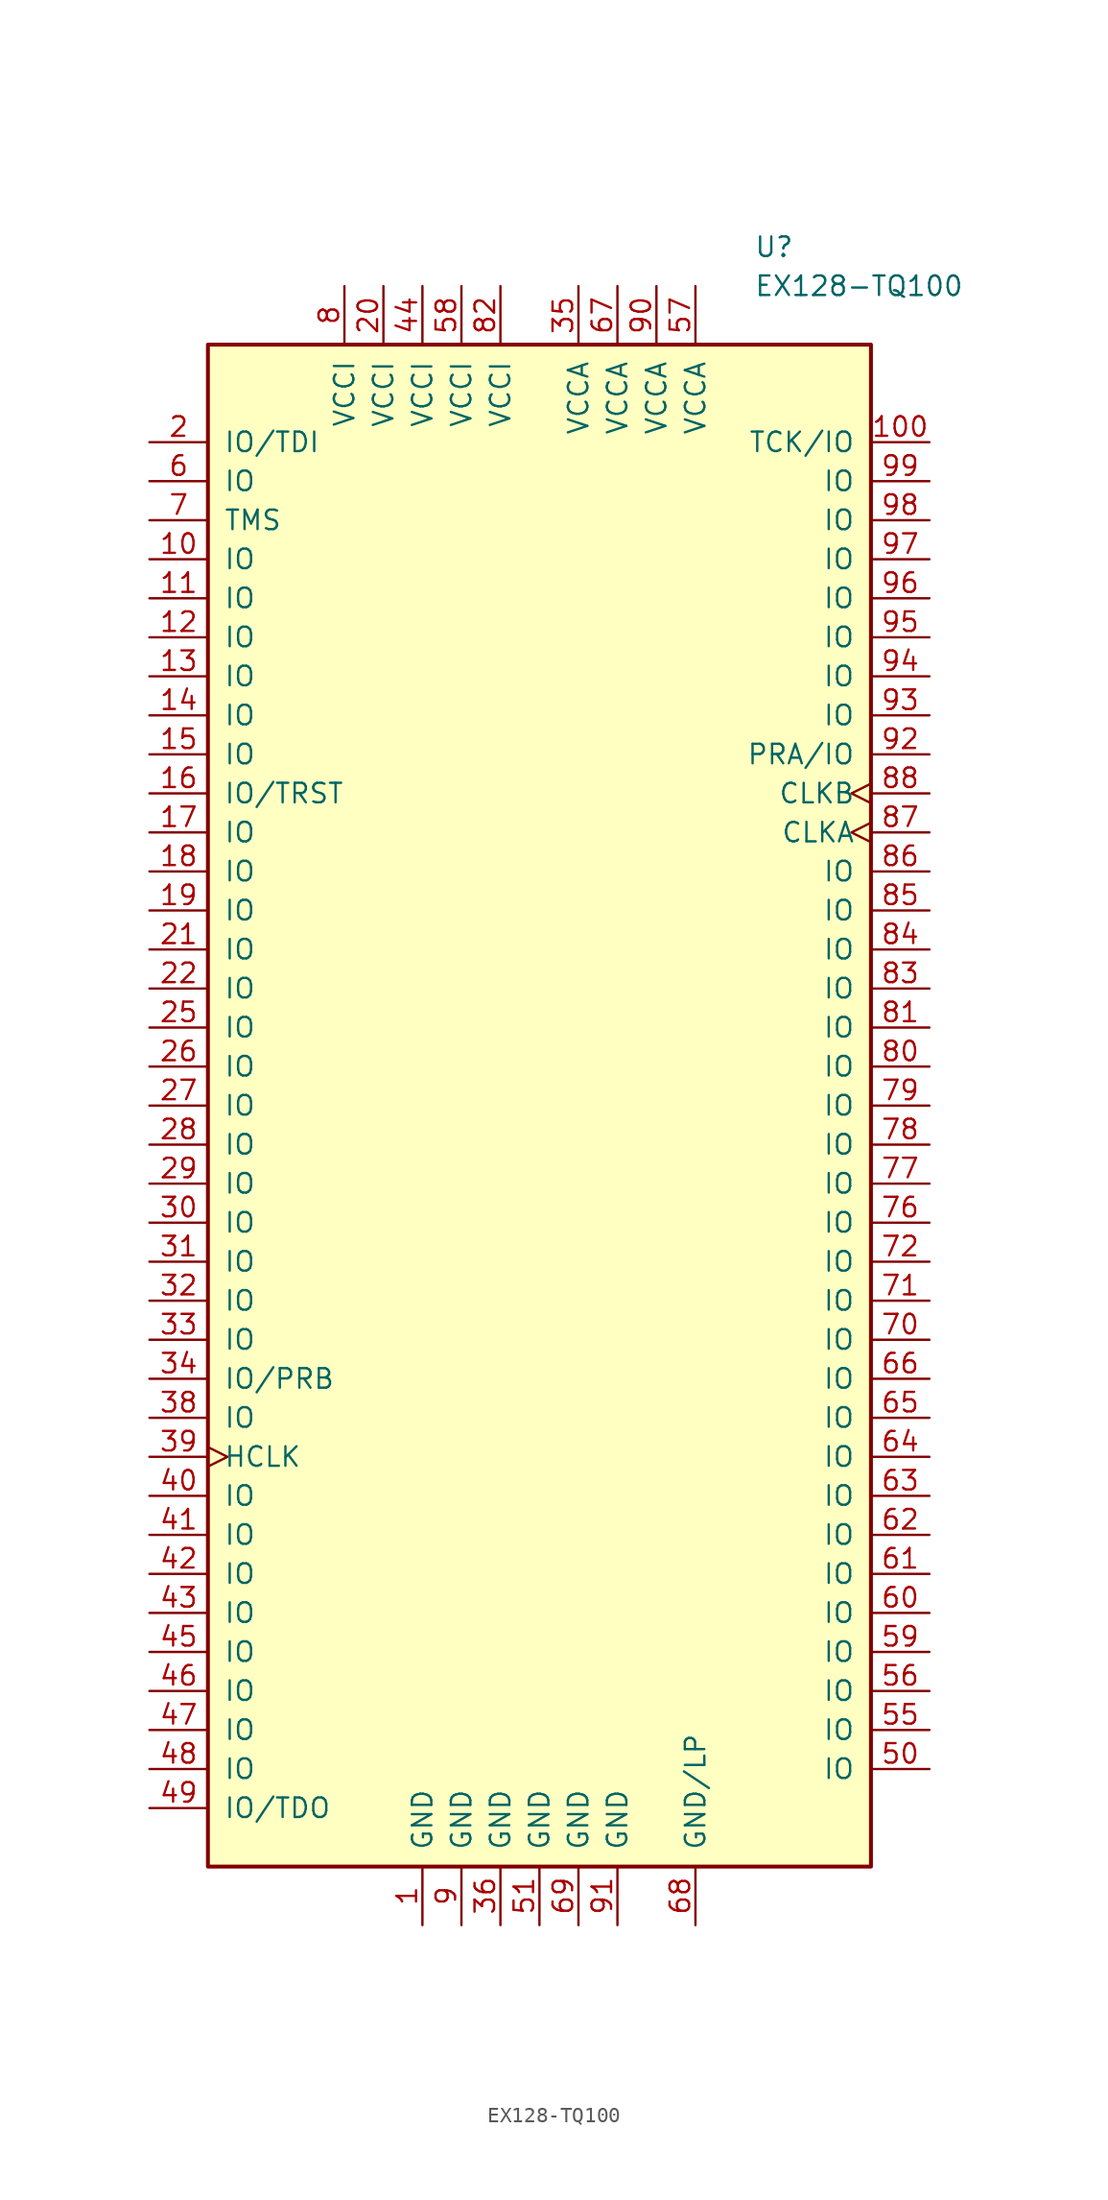
<source format=kicad_sym>
(kicad_symbol_lib
  (version 20241209)
  (generator "kicad_symbol_editor")
  (generator_version "9.0")
  (symbol "EX128-TQ100"
    (pin_names
      (offset 1.016))
    (property "Reference" "U"
      (at 13.97 55.88 0)
      (effects (font (size 1.27 1.27)) (justify left)))
    (property "Value" "EX128-TQ100"
      (at 13.97 53.34 0)
      (effects (font (size 1.27 1.27)) (justify left)))
    (symbol "EX128-TQ100_0_1"
      (rectangle (start -21.59 49.53) (end 21.59 -49.53) (stroke (width 0.254) (type default)) (fill (type background))))
    (symbol "EX128-TQ100_1_1"
      (pin bidirectional line (at -25.4 43.18 0) (length 3.81) (name "IO/TDI" (effects (font (size 1.27 1.27)))) (number "2" (effects (font (size 1.27 1.27)))))
      (pin bidirectional line (at -25.4 40.64 0) (length 3.81) (name "IO" (effects (font (size 1.27 1.27)))) (number "6" (effects (font (size 1.27 1.27)))))
      (pin input line (at -25.4 38.1 0) (length 3.81) (name "TMS" (effects (font (size 1.27 1.27)))) (number "7" (effects (font (size 1.27 1.27)))))
      (pin bidirectional line (at -25.4 35.56 0) (length 3.81) (name "IO" (effects (font (size 1.27 1.27)))) (number "10" (effects (font (size 1.27 1.27)))))
      (pin bidirectional line (at -25.4 33.02 0) (length 3.81) (name "IO" (effects (font (size 1.27 1.27)))) (number "11" (effects (font (size 1.27 1.27)))))
      (pin bidirectional line (at -25.4 30.48 0) (length 3.81) (name "IO" (effects (font (size 1.27 1.27)))) (number "12" (effects (font (size 1.27 1.27)))))
      (pin bidirectional line (at -25.4 27.94 0) (length 3.81) (name "IO" (effects (font (size 1.27 1.27)))) (number "13" (effects (font (size 1.27 1.27)))))
      (pin bidirectional line (at -25.4 25.4 0) (length 3.81) (name "IO" (effects (font (size 1.27 1.27)))) (number "14" (effects (font (size 1.27 1.27)))))
      (pin bidirectional line (at -25.4 22.86 0) (length 3.81) (name "IO" (effects (font (size 1.27 1.27)))) (number "15" (effects (font (size 1.27 1.27)))))
      (pin bidirectional line (at -25.4 20.32 0) (length 3.81) (name "IO/TRST" (effects (font (size 1.27 1.27)))) (number "16" (effects (font (size 1.27 1.27)))))
      (pin bidirectional line (at -25.4 17.78 0) (length 3.81) (name "IO" (effects (font (size 1.27 1.27)))) (number "17" (effects (font (size 1.27 1.27)))))
      (pin bidirectional line (at -25.4 15.24 0) (length 3.81) (name "IO" (effects (font (size 1.27 1.27)))) (number "18" (effects (font (size 1.27 1.27)))))
      (pin bidirectional line (at -25.4 12.7 0) (length 3.81) (name "IO" (effects (font (size 1.27 1.27)))) (number "19" (effects (font (size 1.27 1.27)))))
      (pin bidirectional line (at -25.4 10.16 0) (length 3.81) (name "IO" (effects (font (size 1.27 1.27)))) (number "21" (effects (font (size 1.27 1.27)))))
      (pin bidirectional line (at -25.4 7.62 0) (length 3.81) (name "IO" (effects (font (size 1.27 1.27)))) (number "22" (effects (font (size 1.27 1.27)))))
      (pin bidirectional line (at -25.4 5.08 0) (length 3.81) (name "IO" (effects (font (size 1.27 1.27)))) (number "25" (effects (font (size 1.27 1.27)))))
      (pin bidirectional line (at -25.4 2.54 0) (length 3.81) (name "IO" (effects (font (size 1.27 1.27)))) (number "26" (effects (font (size 1.27 1.27)))))
      (pin bidirectional line (at -25.4 0 0) (length 3.81) (name "IO" (effects (font (size 1.27 1.27)))) (number "27" (effects (font (size 1.27 1.27)))))
      (pin bidirectional line (at -25.4 -2.54 0) (length 3.81) (name "IO" (effects (font (size 1.27 1.27)))) (number "28" (effects (font (size 1.27 1.27)))))
      (pin bidirectional line (at -25.4 -5.08 0) (length 3.81) (name "IO" (effects (font (size 1.27 1.27)))) (number "29" (effects (font (size 1.27 1.27)))))
      (pin bidirectional line (at -25.4 -7.62 0) (length 3.81) (name "IO" (effects (font (size 1.27 1.27)))) (number "30" (effects (font (size 1.27 1.27)))))
      (pin bidirectional line (at -25.4 -10.16 0) (length 3.81) (name "IO" (effects (font (size 1.27 1.27)))) (number "31" (effects (font (size 1.27 1.27)))))
      (pin bidirectional line (at -25.4 -12.7 0) (length 3.81) (name "IO" (effects (font (size 1.27 1.27)))) (number "32" (effects (font (size 1.27 1.27)))))
      (pin bidirectional line (at -25.4 -15.24 0) (length 3.81) (name "IO" (effects (font (size 1.27 1.27)))) (number "33" (effects (font (size 1.27 1.27)))))
      (pin bidirectional line (at -25.4 -17.78 0) (length 3.81) (name "IO/PRB" (effects (font (size 1.27 1.27)))) (number "34" (effects (font (size 1.27 1.27)))))
      (pin bidirectional line (at -25.4 -20.32 0) (length 3.81) (name "IO" (effects (font (size 1.27 1.27)))) (number "38" (effects (font (size 1.27 1.27)))))
      (pin input clock (at -25.4 -22.86 0) (length 3.81) (name "HCLK" (effects (font (size 1.27 1.27)))) (number "39" (effects (font (size 1.27 1.27)))))
      (pin bidirectional line (at -25.4 -25.4 0) (length 3.81) (name "IO" (effects (font (size 1.27 1.27)))) (number "40" (effects (font (size 1.27 1.27)))))
      (pin bidirectional line (at -25.4 -27.94 0) (length 3.81) (name "IO" (effects (font (size 1.27 1.27)))) (number "41" (effects (font (size 1.27 1.27)))))
      (pin bidirectional line (at -25.4 -30.48 0) (length 3.81) (name "IO" (effects (font (size 1.27 1.27)))) (number "42" (effects (font (size 1.27 1.27)))))
      (pin bidirectional line (at -25.4 -33.02 0) (length 3.81) (name "IO" (effects (font (size 1.27 1.27)))) (number "43" (effects (font (size 1.27 1.27)))))
      (pin bidirectional line (at -25.4 -35.56 0) (length 3.81) (name "IO" (effects (font (size 1.27 1.27)))) (number "45" (effects (font (size 1.27 1.27)))))
      (pin bidirectional line (at -25.4 -38.1 0) (length 3.81) (name "IO" (effects (font (size 1.27 1.27)))) (number "46" (effects (font (size 1.27 1.27)))))
      (pin bidirectional line (at -25.4 -40.64 0) (length 3.81) (name "IO" (effects (font (size 1.27 1.27)))) (number "47" (effects (font (size 1.27 1.27)))))
      (pin bidirectional line (at -25.4 -43.18 0) (length 3.81) (name "IO" (effects (font (size 1.27 1.27)))) (number "48" (effects (font (size 1.27 1.27)))))
      (pin bidirectional line (at -25.4 -45.72 0) (length 3.81) (name "IO/TDO" (effects (font (size 1.27 1.27)))) (number "49" (effects (font (size 1.27 1.27)))))
      (pin power_in line (at -12.7 53.34 270) (length 3.785) (name "VCCI" (effects (font (size 1.27 1.27)))) (number "8" (effects (font (size 1.27 1.27)))))
      (pin power_in line (at -10.16 53.34 270) (length 3.81) (name "VCCI" (effects (font (size 1.27 1.27)))) (number "20" (effects (font (size 1.27 1.27)))))
      (pin power_in line (at -7.62 53.34 270) (length 3.81) (name "VCCI" (effects (font (size 1.27 1.27)))) (number "44" (effects (font (size 1.27 1.27)))))
      (pin power_in line (at -7.62 -53.34 90) (length 3.81) (name "GND" (effects (font (size 1.27 1.27)))) (number "1" (effects (font (size 1.27 1.27)))))
      (pin power_in line (at -5.08 53.34 270) (length 3.81) (name "VCCI" (effects (font (size 1.27 1.27)))) (number "58" (effects (font (size 1.27 1.27)))))
      (pin power_in line (at -5.08 -53.34 90) (length 3.81) (name "GND" (effects (font (size 1.27 1.27)))) (number "9" (effects (font (size 1.27 1.27)))))
      (pin power_in line (at -2.54 53.34 270) (length 3.81) (name "VCCI" (effects (font (size 1.27 1.27)))) (number "82" (effects (font (size 1.27 1.27)))))
      (pin power_in line (at -2.54 -53.34 90) (length 3.81) (name "GND" (effects (font (size 1.27 1.27)))) (number "36" (effects (font (size 1.27 1.27)))))
      (pin power_in line (at 0 -53.34 90) (length 3.81) (name "GND" (effects (font (size 1.27 1.27)))) (number "51" (effects (font (size 1.27 1.27)))))
      (pin power_in line (at 2.54 53.34 270) (length 3.81) (name "VCCA" (effects (font (size 1.27 1.27)))) (number "35" (effects (font (size 1.27 1.27)))))
      (pin power_in line (at 2.54 -53.34 90) (length 3.81) (name "GND" (effects (font (size 1.27 1.27)))) (number "69" (effects (font (size 1.27 1.27)))))
      (pin power_in line (at 5.08 53.34 270) (length 3.81) (name "VCCA" (effects (font (size 1.27 1.27)))) (number "67" (effects (font (size 1.27 1.27)))))
      (pin power_in line (at 5.08 -53.34 90) (length 3.81) (name "GND" (effects (font (size 1.27 1.27)))) (number "91" (effects (font (size 1.27 1.27)))))
      (pin power_in line (at 7.62 53.34 270) (length 3.81) (name "VCCA" (effects (font (size 1.27 1.27)))) (number "90" (effects (font (size 1.27 1.27)))))
      (pin power_in line (at 10.16 53.34 270) (length 3.81) (name "VCCA" (effects (font (size 1.27 1.27)))) (number "57" (effects (font (size 1.27 1.27)))))
      (pin power_in line (at 10.16 -53.34 90) (length 3.81) (name "GND/LP" (effects (font (size 1.27 1.27)))) (number "68" (effects (font (size 1.27 1.27)))))
      (pin bidirectional line (at 25.4 43.18 180) (length 3.81) (name "TCK/IO" (effects (font (size 1.27 1.27)))) (number "100" (effects (font (size 1.27 1.27)))))
      (pin bidirectional line (at 25.4 40.64 180) (length 3.81) (name "IO" (effects (font (size 1.27 1.27)))) (number "99" (effects (font (size 1.27 1.27)))))
      (pin bidirectional line (at 25.4 38.1 180) (length 3.81) (name "IO" (effects (font (size 1.27 1.27)))) (number "98" (effects (font (size 1.27 1.27)))))
      (pin bidirectional line (at 25.4 35.56 180) (length 3.81) (name "IO" (effects (font (size 1.27 1.27)))) (number "97" (effects (font (size 1.27 1.27)))))
      (pin bidirectional line (at 25.4 33.02 180) (length 3.81) (name "IO" (effects (font (size 1.27 1.27)))) (number "96" (effects (font (size 1.27 1.27)))))
      (pin bidirectional line (at 25.4 30.48 180) (length 3.81) (name "IO" (effects (font (size 1.27 1.27)))) (number "95" (effects (font (size 1.27 1.27)))))
      (pin bidirectional line (at 25.4 27.94 180) (length 3.81) (name "IO" (effects (font (size 1.27 1.27)))) (number "94" (effects (font (size 1.27 1.27)))))
      (pin bidirectional line (at 25.4 25.4 180) (length 3.81) (name "IO" (effects (font (size 1.27 1.27)))) (number "93" (effects (font (size 1.27 1.27)))))
      (pin bidirectional line (at 25.4 22.86 180) (length 3.81) (name "PRA/IO" (effects (font (size 1.27 1.27)))) (number "92" (effects (font (size 1.27 1.27)))))
      (pin input clock (at 25.4 20.32 180) (length 3.81) (name "CLKB" (effects (font (size 1.27 1.27)))) (number "88" (effects (font (size 1.27 1.27)))))
      (pin input clock (at 25.4 17.78 180) (length 3.81) (name "CLKA" (effects (font (size 1.27 1.27)))) (number "87" (effects (font (size 1.27 1.27)))))
      (pin bidirectional line (at 25.4 15.24 180) (length 3.81) (name "IO" (effects (font (size 1.27 1.27)))) (number "86" (effects (font (size 1.27 1.27)))))
      (pin bidirectional line (at 25.4 12.7 180) (length 3.81) (name "IO" (effects (font (size 1.27 1.27)))) (number "85" (effects (font (size 1.27 1.27)))))
      (pin bidirectional line (at 25.4 10.16 180) (length 3.81) (name "IO" (effects (font (size 1.27 1.27)))) (number "84" (effects (font (size 1.27 1.27)))))
      (pin bidirectional line (at 25.4 7.62 180) (length 3.81) (name "IO" (effects (font (size 1.27 1.27)))) (number "83" (effects (font (size 1.27 1.27)))))
      (pin bidirectional line (at 25.4 5.08 180) (length 3.81) (name "IO" (effects (font (size 1.27 1.27)))) (number "81" (effects (font (size 1.27 1.27)))))
      (pin bidirectional line (at 25.4 2.54 180) (length 3.81) (name "IO" (effects (font (size 1.27 1.27)))) (number "80" (effects (font (size 1.27 1.27)))))
      (pin bidirectional line (at 25.4 0 180) (length 3.81) (name "IO" (effects (font (size 1.27 1.27)))) (number "79" (effects (font (size 1.27 1.27)))))
      (pin bidirectional line (at 25.4 -2.54 180) (length 3.81) (name "IO" (effects (font (size 1.27 1.27)))) (number "78" (effects (font (size 1.27 1.27)))))
      (pin bidirectional line (at 25.4 -5.08 180) (length 3.81) (name "IO" (effects (font (size 1.27 1.27)))) (number "77" (effects (font (size 1.27 1.27)))))
      (pin bidirectional line (at 25.4 -7.62 180) (length 3.81) (name "IO" (effects (font (size 1.27 1.27)))) (number "76" (effects (font (size 1.27 1.27)))))
      (pin bidirectional line (at 25.4 -10.16 180) (length 3.81) (name "IO" (effects (font (size 1.27 1.27)))) (number "72" (effects (font (size 1.27 1.27)))))
      (pin bidirectional line (at 25.4 -12.7 180) (length 3.81) (name "IO" (effects (font (size 1.27 1.27)))) (number "71" (effects (font (size 1.27 1.27)))))
      (pin bidirectional line (at 25.4 -15.24 180) (length 3.81) (name "IO" (effects (font (size 1.27 1.27)))) (number "70" (effects (font (size 1.27 1.27)))))
      (pin bidirectional line (at 25.4 -17.78 180) (length 3.81) (name "IO" (effects (font (size 1.27 1.27)))) (number "66" (effects (font (size 1.27 1.27)))))
      (pin bidirectional line (at 25.4 -20.32 180) (length 3.81) (name "IO" (effects (font (size 1.27 1.27)))) (number "65" (effects (font (size 1.27 1.27)))))
      (pin bidirectional line (at 25.4 -22.86 180) (length 3.81) (name "IO" (effects (font (size 1.27 1.27)))) (number "64" (effects (font (size 1.27 1.27)))))
      (pin bidirectional line (at 25.4 -25.4 180) (length 3.81) (name "IO" (effects (font (size 1.27 1.27)))) (number "63" (effects (font (size 1.27 1.27)))))
      (pin bidirectional line (at 25.4 -27.94 180) (length 3.81) (name "IO" (effects (font (size 1.27 1.27)))) (number "62" (effects (font (size 1.27 1.27)))))
      (pin bidirectional line (at 25.4 -30.48 180) (length 3.81) (name "IO" (effects (font (size 1.27 1.27)))) (number "61" (effects (font (size 1.27 1.27)))))
      (pin bidirectional line (at 25.4 -33.02 180) (length 3.81) (name "IO" (effects (font (size 1.27 1.27)))) (number "60" (effects (font (size 1.27 1.27)))))
      (pin bidirectional line (at 25.4 -35.56 180) (length 3.81) (name "IO" (effects (font (size 1.27 1.27)))) (number "59" (effects (font (size 1.27 1.27)))))
      (pin bidirectional line (at 25.4 -38.1 180) (length 3.81) (name "IO" (effects (font (size 1.27 1.27)))) (number "56" (effects (font (size 1.27 1.27)))))
      (pin bidirectional line (at 25.4 -40.64 180) (length 3.81) (name "IO" (effects (font (size 1.27 1.27)))) (number "55" (effects (font (size 1.27 1.27)))))
      (pin bidirectional line (at 25.4 -43.18 180) (length 3.81) (name "IO" (effects (font (size 1.27 1.27)))) (number "50" (effects (font (size 1.27 1.27))))))))
</source>
